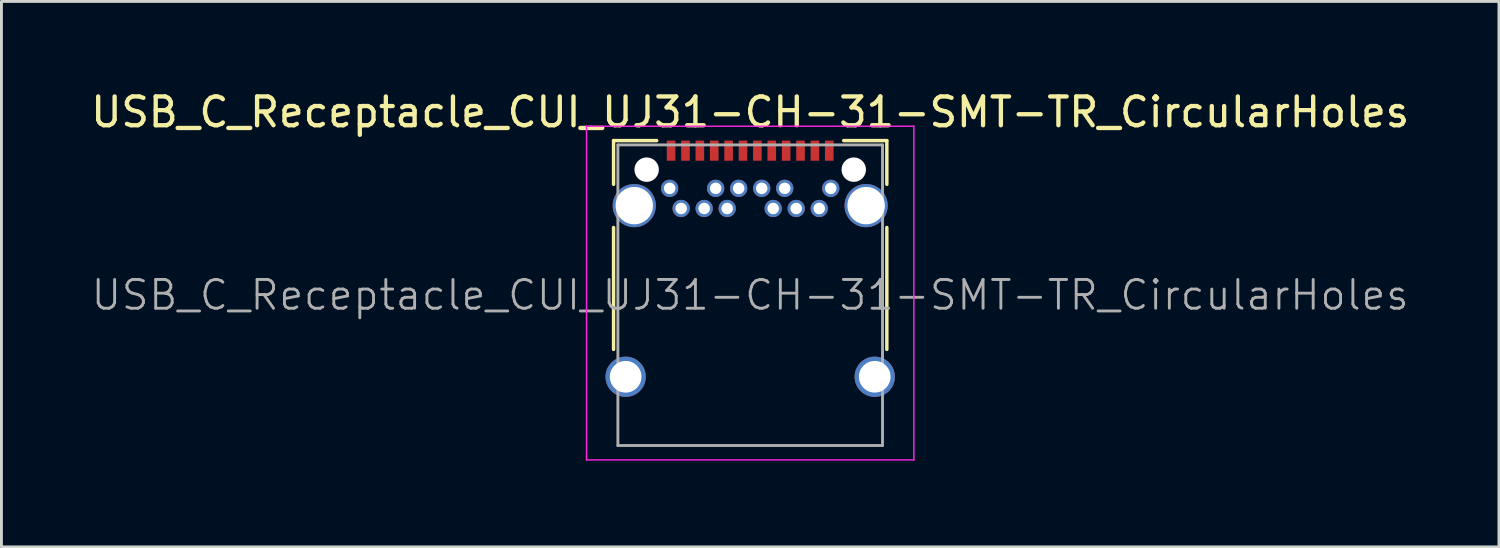
<source format=kicad_pcb>
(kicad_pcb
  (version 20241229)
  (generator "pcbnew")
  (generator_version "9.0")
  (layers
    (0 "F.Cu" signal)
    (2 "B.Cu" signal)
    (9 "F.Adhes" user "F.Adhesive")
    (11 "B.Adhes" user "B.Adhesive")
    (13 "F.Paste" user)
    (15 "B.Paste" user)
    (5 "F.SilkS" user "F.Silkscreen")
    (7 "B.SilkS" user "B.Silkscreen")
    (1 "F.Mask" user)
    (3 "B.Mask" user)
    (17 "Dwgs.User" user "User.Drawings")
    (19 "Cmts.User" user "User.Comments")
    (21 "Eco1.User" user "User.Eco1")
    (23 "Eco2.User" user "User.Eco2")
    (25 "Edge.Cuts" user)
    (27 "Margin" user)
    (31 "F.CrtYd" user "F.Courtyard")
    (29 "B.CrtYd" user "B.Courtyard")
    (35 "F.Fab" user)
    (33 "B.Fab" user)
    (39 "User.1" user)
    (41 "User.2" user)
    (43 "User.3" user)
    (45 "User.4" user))
  (footprint "USB_C_Receptacle_CUI_UJ31-CH-31-SMT-TR_CircularHoles"
    (layer "F.Cu")
    (at 23.03 7.208)
    (property "Reference" "USB_C_Receptacle_CUI_UJ31-CH-31-SMT-TR_CircularHoles" (at 0 -6.36 0) (layer "F.SilkS") (effects (font (size 1 1) (thickness 0.15))))
    (attr smd)
    (fp_line (start -4.75 -5.37) (end -4.75 -3.85) (stroke (width 0.12) (type solid)) (layer "F.SilkS"))
    (fp_line (start -4.75 -5.37) (end -3.25 -5.37) (stroke (width 0.12) (type solid)) (layer "F.SilkS"))
    (fp_line (start -4.75 -2.35) (end -4.75 1.89) (stroke (width 0.12) (type solid)) (layer "F.SilkS"))
    (fp_line (start 3.25 -5.37) (end 4.75 -5.37) (stroke (width 0.12) (type solid)) (layer "F.SilkS"))
    (fp_line (start 4.75 -5.37) (end 4.75 -3.85) (stroke (width 0.12) (type solid)) (layer "F.SilkS"))
    (fp_line (start 4.75 -2.35) (end 4.75 1.89) (stroke (width 0.12) (type solid)) (layer "F.SilkS"))
    (fp_line (start -5.69 -5.87) (end 5.69 -5.87) (stroke (width 0.05) (type solid)) (layer "F.CrtYd"))
    (fp_line (start -5.69 5.73) (end -5.69 -5.87) (stroke (width 0.05) (type solid)) (layer "F.CrtYd"))
    (fp_line (start 5.69 -5.87) (end 5.69 5.73) (stroke (width 0.05) (type solid)) (layer "F.CrtYd"))
    (fp_line (start 5.69 5.73) (end -5.69 5.73) (stroke (width 0.05) (type solid)) (layer "F.CrtYd"))
    (fp_line (start -4.6 -5.22) (end 4.6 -5.22) (stroke (width 0.1) (type solid)) (layer "F.Fab"))
    (fp_line (start -4.6 5.23) (end -4.6 -5.22) (stroke (width 0.1) (type solid)) (layer "F.Fab"))
    (fp_line (start -4.6 5.23) (end 4.6 5.23) (stroke (width 0.1) (type solid)) (layer "F.Fab"))
    (fp_line (start 4.6 5.23) (end 4.6 -5.22) (stroke (width 0.1) (type solid)) (layer "F.Fab"))
    (fp_text user "${REFERENCE}" (at 0 0 0) (layer "F.Fab") (effects (font (size 1 1) (thickness 0.1))))
    (pad "" np_thru_hole circle (at -3.6 -4.36) (size 0.85 0.85) (drill 0.85) (layers "*.Cu" "*.Mask"))
    (pad "" np_thru_hole circle (at 3.6 -4.36) (size 0.85 0.85) (drill 0.85) (layers "*.Cu" "*.Mask"))
    (pad "A1" smd rect (at -2.75 -5.02) (size 0.3 0.7) (layers "F.Cu" "F.Mask" "F.Paste"))
    (pad "A2" smd rect (at -2.25 -5.02) (size 0.3 0.7) (layers "F.Cu" "F.Mask" "F.Paste"))
    (pad "A3" smd rect (at -1.75 -5.02) (size 0.3 0.7) (layers "F.Cu" "F.Mask" "F.Paste"))
    (pad "A4" smd rect (at -1.25 -5.02) (size 0.3 0.7) (layers "F.Cu" "F.Mask" "F.Paste"))
    (pad "A5" smd rect (at -0.75 -5.02) (size 0.3 0.7) (layers "F.Cu" "F.Mask" "F.Paste"))
    (pad "A6" smd rect (at -0.25 -5.02) (size 0.3 0.7) (layers "F.Cu" "F.Mask" "F.Paste"))
    (pad "A7" smd rect (at 0.25 -5.02) (size 0.3 0.7) (layers "F.Cu" "F.Mask" "F.Paste"))
    (pad "A8" smd rect (at 0.75 -5.02) (size 0.3 0.7) (layers "F.Cu" "F.Mask" "F.Paste"))
    (pad "A9" smd rect (at 1.25 -5.02) (size 0.3 0.7) (layers "F.Cu" "F.Mask" "F.Paste"))
    (pad "A10" smd rect (at 1.75 -5.02) (size 0.3 0.7) (layers "F.Cu" "F.Mask" "F.Paste"))
    (pad "A11" smd rect (at 2.25 -5.02) (size 0.3 0.7) (layers "F.Cu" "F.Mask" "F.Paste"))
    (pad "A12" smd rect (at 2.75 -5.02) (size 0.3 0.7) (layers "F.Cu" "F.Mask" "F.Paste"))
    (pad "B1" thru_hole circle (at 2.8 -3.71) (size 0.6 0.6) (drill 0.4) (layers "*.Cu" "*.Mask"))
    (pad "B2" thru_hole circle (at 2.4 -3.01) (size 0.6 0.6) (drill 0.4) (layers "*.Cu" "*.Mask"))
    (pad "B3" thru_hole circle (at 1.6 -3.01) (size 0.6 0.6) (drill 0.4) (layers "*.Cu" "*.Mask"))
    (pad "B4" thru_hole circle (at 1.2 -3.71) (size 0.6 0.6) (drill 0.4) (layers "*.Cu" "*.Mask"))
    (pad "B5" thru_hole circle (at 0.8 -3.01) (size 0.6 0.6) (drill 0.4) (layers "*.Cu" "*.Mask"))
    (pad "B6" thru_hole circle (at 0.4 -3.71) (size 0.6 0.6) (drill 0.4) (layers "*.Cu" "*.Mask"))
    (pad "B7" thru_hole circle (at -0.4 -3.71) (size 0.6 0.6) (drill 0.4) (layers "*.Cu" "*.Mask"))
    (pad "B8" thru_hole circle (at -0.8 -3.01) (size 0.6 0.6) (drill 0.4) (layers "*.Cu" "*.Mask"))
    (pad "B9" thru_hole circle (at -1.2 -3.71) (size 0.6 0.6) (drill 0.4) (layers "*.Cu" "*.Mask"))
    (pad "B10" thru_hole circle (at -1.6 -3.01) (size 0.6 0.6) (drill 0.4) (layers "*.Cu" "*.Mask"))
    (pad "B11" thru_hole circle (at -2.4 -3.01) (size 0.6 0.6) (drill 0.4) (layers "*.Cu" "*.Mask"))
    (pad "B12" thru_hole circle (at -2.8 -3.71) (size 0.6 0.6) (drill 0.4) (layers "*.Cu" "*.Mask"))
    (pad "S1" thru_hole circle (at -4.33 2.84) (size 1.4 1.4) (drill 1.1) (layers "*.Cu" "*.Mask"))
    (pad "S1" thru_hole circle (at -4.03 -3.11) (size 1.5 1.5) (drill 1.3) (layers "*.Cu" "*.Mask"))
    (pad "S1" thru_hole circle (at 4.03 -3.11) (size 1.5 1.5) (drill 1.3) (layers "*.Cu" "*.Mask"))
    (pad "S1" thru_hole circle (at 4.33 2.84) (size 1.4 1.4) (drill 1.1) (layers "*.Cu" "*.Mask")))
  (gr_rect
    (start -3 -3)
    (end 49.06 15.963)
    (stroke (width 0.1) (type default))
    (fill no)
    (layer "Edge.Cuts")))
</source>
